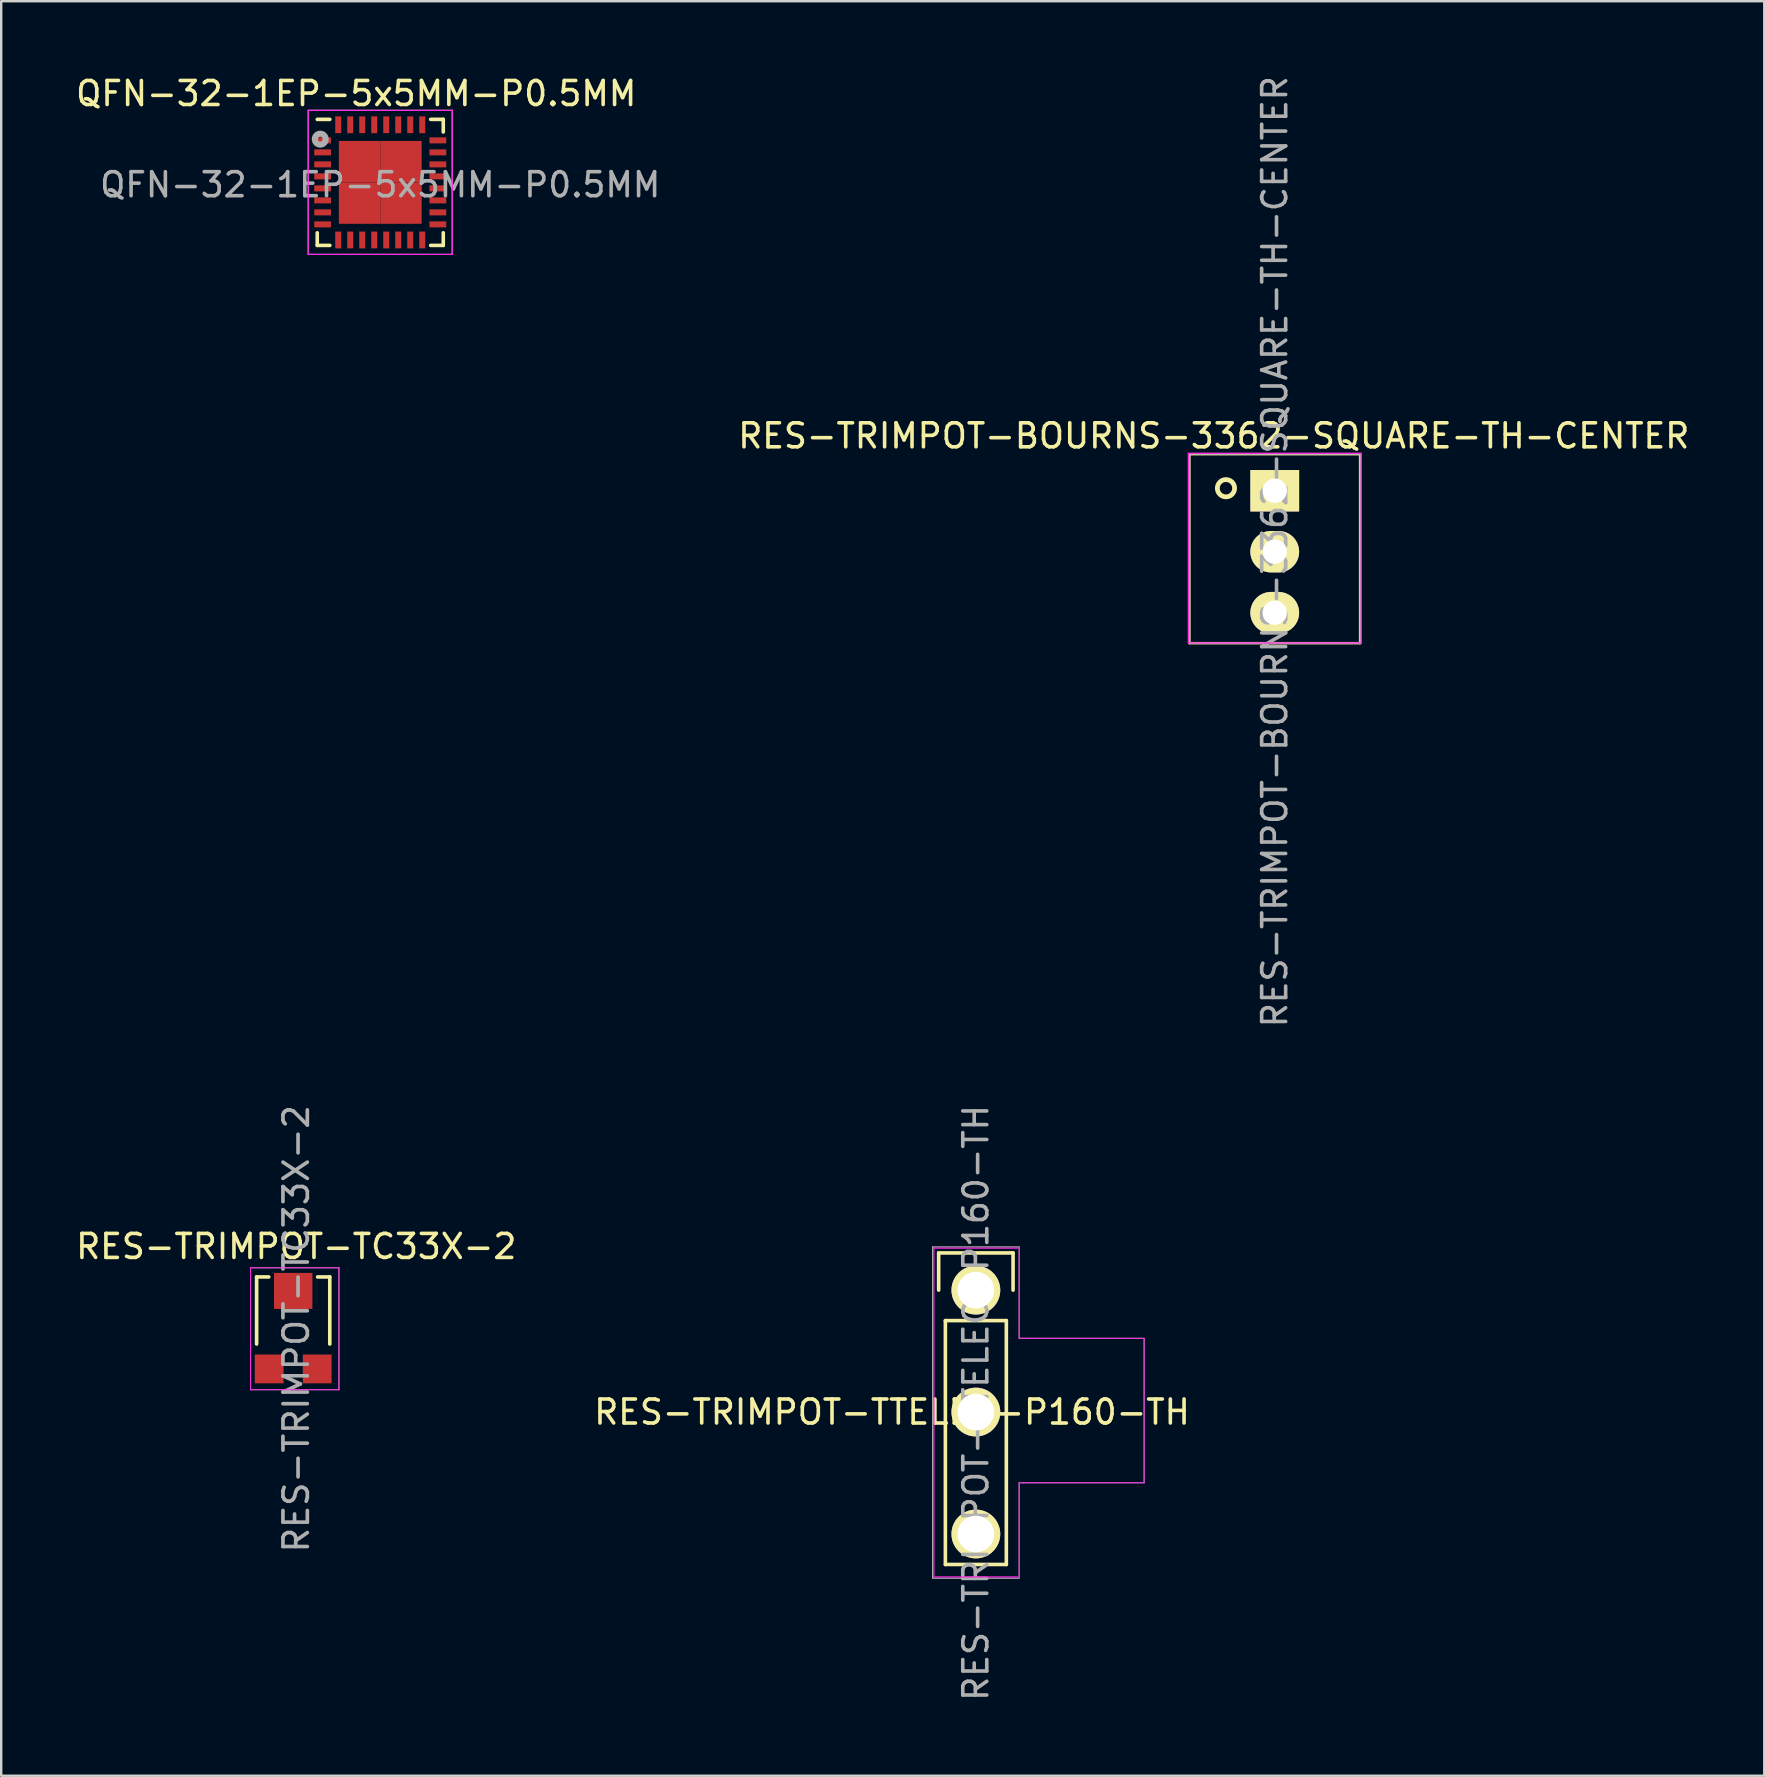
<source format=kicad_pcb>
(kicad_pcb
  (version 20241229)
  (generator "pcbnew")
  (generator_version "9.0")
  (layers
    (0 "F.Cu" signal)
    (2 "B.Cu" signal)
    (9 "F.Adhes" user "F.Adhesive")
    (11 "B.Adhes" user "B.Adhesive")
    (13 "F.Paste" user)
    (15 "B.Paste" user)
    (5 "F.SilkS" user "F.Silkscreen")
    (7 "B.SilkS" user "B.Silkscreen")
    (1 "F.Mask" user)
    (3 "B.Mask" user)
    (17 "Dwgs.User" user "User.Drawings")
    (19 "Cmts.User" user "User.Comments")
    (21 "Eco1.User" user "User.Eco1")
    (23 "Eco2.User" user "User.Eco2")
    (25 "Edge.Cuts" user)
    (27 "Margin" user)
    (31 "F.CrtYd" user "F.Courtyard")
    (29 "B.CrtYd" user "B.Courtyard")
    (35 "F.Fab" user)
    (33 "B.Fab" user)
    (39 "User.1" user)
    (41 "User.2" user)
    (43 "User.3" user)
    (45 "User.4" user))
  (footprint "RES-TRIMPOT-BOURNS-3362-SQUARE-TH-CENTER"
    (layer "F.Cu")
    (at 50.058 19.935)
    (property "Reference" "RES-TRIMPOT-BOURNS-3362-SQUARE-TH-CENTER" (at 0 0 90) (layer "F.Fab") (effects (font (size 1 1) (thickness 0.15))))
    (attr through_hole)
    (fp_line (start -3.556 -4.064) (end -3.556 3.81) (stroke (width 0.102) (type solid)) (layer "F.SilkS"))
    (fp_line (start -3.556 3.81) (end 3.556 3.81) (stroke (width 0.102) (type solid)) (layer "F.SilkS"))
    (fp_line (start 3.556 -4.064) (end -3.556 -4.064) (stroke (width 0.102) (type solid)) (layer "F.SilkS"))
    (fp_line (start 3.556 -3.81) (end 3.556 -4.064) (stroke (width 0.102) (type solid)) (layer "F.SilkS"))
    (fp_line (start 3.556 3.81) (end 3.556 -3.81) (stroke (width 0.102) (type solid)) (layer "F.SilkS"))
    (fp_circle (center -2.032 -2.645) (end -1.778 -2.391) (stroke (width 0.2) (type solid)) (fill no) (layer "F.SilkS"))
    (fp_line (start -3.6 -4.1) (end -3.6 3.8) (stroke (width 0.051) (type solid)) (layer "F.CrtYd"))
    (fp_line (start -3.6 3.8) (end 3.6 3.8) (stroke (width 0.051) (type solid)) (layer "F.CrtYd"))
    (fp_line (start 3.5 -4.1) (end -3.6 -4.1) (stroke (width 0.051) (type solid)) (layer "F.CrtYd"))
    (fp_line (start 3.6 -4.1) (end 3.5 -4.1) (stroke (width 0.051) (type solid)) (layer "F.CrtYd"))
    (fp_line (start 3.6 3.8) (end 3.6 -4.1) (stroke (width 0.051) (type solid)) (layer "F.CrtYd"))
    (fp_line (start -3.556 -4.064) (end -3.556 3.81) (stroke (width 0.05) (type solid)) (layer "F.Fab"))
    (fp_line (start -3.556 3.81) (end 3.556 3.81) (stroke (width 0.05) (type solid)) (layer "F.Fab"))
    (fp_line (start 3.556 -4.064) (end -3.556 -4.064) (stroke (width 0.05) (type solid)) (layer "F.Fab"))
    (fp_line (start 3.556 3.81) (end 3.556 -4.064) (stroke (width 0.05) (type solid)) (layer "F.Fab"))
    (fp_circle (center 0 -2.54) (end 0.254 -2.286) (stroke (width 0.2) (type solid)) (fill no) (layer "F.Fab"))
    (fp_text user "${REFERENCE}" (at -2.54 -4.826 0) (layer "F.SilkS") (effects (font (size 1 1) (thickness 0.15))))
    (pad "1" thru_hole rect (at 0 -2.54) (size 2.032 1.727) (drill 1.016) (layers "*.Cu" "*.Mask" "F.SilkS"))
    (pad "2" thru_hole oval (at 0 0) (size 2.032 1.727) (drill 1.016) (layers "*.Cu" "*.Mask" "F.SilkS"))
    (pad "3" thru_hole oval (at 0 2.54) (size 2.032 1.727) (drill 1.016) (layers "*.Cu" "*.Mask" "F.SilkS")))
  (footprint "RES-TRIMPOT-TC33X-2"
    (layer "F.Cu")
    (at 9.165 52.182)
    (property "Reference" "RES-TRIMPOT-TC33X-2" (at 0.127 0.127 90) (layer "F.Fab") (effects (font (size 1.016 1.016) (thickness 0.152))))
    (attr through_hole)
    (fp_line (start -1.524 -2.032) (end -1.524 0.762) (stroke (width 0.15) (type solid)) (layer "F.SilkS"))
    (fp_line (start -1.016 -2.032) (end -1.524 -2.032) (stroke (width 0.15) (type solid)) (layer "F.SilkS"))
    (fp_line (start 1.016 -2.032) (end 1.524 -2.032) (stroke (width 0.15) (type solid)) (layer "F.SilkS"))
    (fp_line (start 1.524 -2.032) (end 1.524 0.762) (stroke (width 0.15) (type solid)) (layer "F.SilkS"))
    (fp_line (start -1.778 -2.413) (end -1.778 2.667) (stroke (width 0.041) (type solid)) (layer "F.CrtYd"))
    (fp_line (start -1.778 2.667) (end 1.778 2.667) (stroke (width 0.041) (type solid)) (layer "F.CrtYd"))
    (fp_line (start 1.778 2.667) (end 1.905 2.667) (stroke (width 0.041) (type solid)) (layer "F.CrtYd"))
    (fp_line (start 1.905 -2.413) (end -1.778 -2.413) (stroke (width 0.041) (type solid)) (layer "F.CrtYd"))
    (fp_line (start 1.905 2.667) (end 1.905 -2.413) (stroke (width 0.041) (type solid)) (layer "F.CrtYd"))
    (fp_line (start -1.778 -2.413) (end -1.778 2.667) (stroke (width 0.041) (type solid)) (layer "F.Fab"))
    (fp_line (start -1.778 2.667) (end 1.905 2.667) (stroke (width 0.041) (type solid)) (layer "F.Fab"))
    (fp_line (start 1.905 -2.413) (end -1.778 -2.413) (stroke (width 0.041) (type solid)) (layer "F.Fab"))
    (fp_line (start 1.905 2.667) (end 1.905 -2.413) (stroke (width 0.041) (type solid)) (layer "F.Fab"))
    (fp_text user "${REFERENCE}" (at 0.127 -3.302 0) (layer "F.SilkS") (effects (font (size 1 1) (thickness 0.15))))
    (pad "1" smd rect (at -1 1.8) (size 1.2 1.2) (layers "F.Cu" "F.Mask" "F.Paste"))
    (pad "2" smd rect (at 0 -1.45) (size 1.6 1.5) (layers "F.Cu" "F.Mask" "F.Paste"))
    (pad "3" smd rect (at 1 1.8) (size 1.2 1.2) (layers "F.Cu" "F.Mask" "F.Paste")))
  (footprint "RES-TRIMPOT-TTELEC-P160-TH"
    (layer "F.Cu")
    (at 37.606 50.699)
    (property "Reference" "RES-TRIMPOT-TTELEC-P160-TH" (at 0 4.7 90) (layer "F.Fab") (effects (font (size 1 1) (thickness 0.15))))
    (attr through_hole)
    (fp_line (start -1.55 -1.55) (end 1.55 -1.55) (stroke (width 0.15) (type solid)) (layer "F.SilkS"))
    (fp_line (start -1.55 0) (end -1.55 -1.55) (stroke (width 0.15) (type solid)) (layer "F.SilkS"))
    (fp_line (start -1.27 11.43) (end -1.27 1.27) (stroke (width 0.15) (type solid)) (layer "F.SilkS"))
    (fp_line (start 1.27 1.27) (end -1.27 1.27) (stroke (width 0.15) (type solid)) (layer "F.SilkS"))
    (fp_line (start 1.27 1.27) (end 1.27 11.43) (stroke (width 0.15) (type solid)) (layer "F.SilkS"))
    (fp_line (start 1.27 11.43) (end -1.27 11.43) (stroke (width 0.15) (type solid)) (layer "F.SilkS"))
    (fp_line (start 1.55 -1.55) (end 1.55 0) (stroke (width 0.15) (type solid)) (layer "F.SilkS"))
    (fp_line (start -1.75 -1.75) (end -1.75 11.95) (stroke (width 0.05) (type solid)) (layer "F.CrtYd"))
    (fp_line (start -1.75 -1.75) (end 1.75 -1.75) (stroke (width 0.05) (type solid)) (layer "F.CrtYd"))
    (fp_line (start -1.75 11.95) (end 1.75 11.95) (stroke (width 0.05) (type solid)) (layer "F.CrtYd"))
    (fp_line (start 1.803 -1.803) (end 1.803 2.007) (stroke (width 0.041) (type solid)) (layer "F.CrtYd"))
    (fp_line (start 1.803 2.007) (end 2.007 2.007) (stroke (width 0.041) (type solid)) (layer "F.CrtYd"))
    (fp_line (start 1.803 8.026) (end 2.007 8.026) (stroke (width 0.041) (type solid)) (layer "F.CrtYd"))
    (fp_line (start 1.803 11.989) (end 1.803 8.026) (stroke (width 0.041) (type solid)) (layer "F.CrtYd"))
    (fp_line (start 1.981 8.026) (end 7.01 8.026) (stroke (width 0.041) (type solid)) (layer "F.CrtYd"))
    (fp_line (start 7.01 2.007) (end 2.007 2.007) (stroke (width 0.041) (type solid)) (layer "F.CrtYd"))
    (fp_line (start 7.01 5.055) (end 7.01 2.007) (stroke (width 0.041) (type solid)) (layer "F.CrtYd"))
    (fp_line (start 7.01 8.026) (end 7.01 5.055) (stroke (width 0.041) (type solid)) (layer "F.CrtYd"))
    (fp_line (start -1.8 -1.8) (end -1.8 12) (stroke (width 0.051) (type solid)) (layer "F.Fab"))
    (fp_line (start -1.8 12) (end 1.8 12) (stroke (width 0.051) (type solid)) (layer "F.Fab"))
    (fp_line (start 1.8 -1.8) (end -1.8 -1.8) (stroke (width 0.051) (type solid)) (layer "F.Fab"))
    (fp_line (start 1.803 -1.803) (end 1.803 2.007) (stroke (width 0.041) (type solid)) (layer "F.Fab"))
    (fp_line (start 1.803 2.007) (end 2.007 2.007) (stroke (width 0.041) (type solid)) (layer "F.Fab"))
    (fp_line (start 1.803 8.026) (end 2.007 8.026) (stroke (width 0.041) (type solid)) (layer "F.Fab"))
    (fp_line (start 1.803 11.989) (end 1.803 8.026) (stroke (width 0.041) (type solid)) (layer "F.Fab"))
    (fp_line (start 1.981 8.026) (end 7.01 8.026) (stroke (width 0.041) (type solid)) (layer "F.Fab"))
    (fp_line (start 7.01 2.007) (end 2.007 2.007) (stroke (width 0.041) (type solid)) (layer "F.Fab"))
    (fp_line (start 7.01 5.055) (end 7.01 2.007) (stroke (width 0.041) (type solid)) (layer "F.Fab"))
    (fp_line (start 7.01 8.026) (end 7.01 5.055) (stroke (width 0.041) (type solid)) (layer "F.Fab"))
    (fp_circle (center 0 0) (end 0.1 0.2) (stroke (width 0.254) (type solid)) (fill no) (layer "F.Fab"))
    (fp_text user "${REFERENCE}" (at -3.493 5.08 180) (layer "F.SilkS") (effects (font (size 1 1) (thickness 0.15))))
    (pad "1" thru_hole circle (at 0 0) (size 2.032 2.032) (drill 1.524) (layers "*.Cu" "*.Mask" "F.SilkS"))
    (pad "2" thru_hole circle (at 0 5.08) (size 2.032 2.032) (drill 1.524) (layers "*.Cu" "*.Mask" "F.SilkS"))
    (pad "3" thru_hole circle (at 0 10.16) (size 2.032 2.032) (drill 1.524) (layers "*.Cu" "*.Mask" "F.SilkS")))
  (footprint "QFN-32-1EP-5x5MM-P0.5MM"
    (layer "F.Cu")
    (at 12.792 4.548)
    (property "Reference" "QFN-32-1EP-5x5MM-P0.5MM" (at 0 0.1 0) (layer "F.Fab") (effects (font (size 1 1) (thickness 0.15))))
    (attr smd)
    (fp_line (start -2.625 -2.625) (end -2.1 -2.625) (stroke (width 0.15) (type solid)) (layer "F.SilkS"))
    (fp_line (start -2.625 2.625) (end -2.625 2.1) (stroke (width 0.15) (type solid)) (layer "F.SilkS"))
    (fp_line (start -2.625 2.625) (end -2.1 2.625) (stroke (width 0.15) (type solid)) (layer "F.SilkS"))
    (fp_line (start 2.625 -2.625) (end 2.1 -2.625) (stroke (width 0.15) (type solid)) (layer "F.SilkS"))
    (fp_line (start 2.625 -2.625) (end 2.625 -2.1) (stroke (width 0.15) (type solid)) (layer "F.SilkS"))
    (fp_line (start 2.625 2.625) (end 2.1 2.625) (stroke (width 0.15) (type solid)) (layer "F.SilkS"))
    (fp_line (start 2.625 2.625) (end 2.625 2.1) (stroke (width 0.15) (type solid)) (layer "F.SilkS"))
    (fp_line (start -3 -3) (end -3 3) (stroke (width 0.05) (type solid)) (layer "F.CrtYd"))
    (fp_line (start -3 -3) (end 3 -3) (stroke (width 0.05) (type solid)) (layer "F.CrtYd"))
    (fp_line (start -3 3) (end 3 3) (stroke (width 0.05) (type solid)) (layer "F.CrtYd"))
    (fp_line (start 3 -3) (end 3 3) (stroke (width 0.05) (type solid)) (layer "F.CrtYd"))
    (fp_line (start -3 -3) (end 3 -3) (stroke (width 0.051) (type solid)) (layer "F.Fab"))
    (fp_line (start -3 3) (end -3 -3) (stroke (width 0.051) (type solid)) (layer "F.Fab"))
    (fp_line (start 3 -3) (end 3 3) (stroke (width 0.051) (type solid)) (layer "F.Fab"))
    (fp_line (start 3 3) (end -3 3) (stroke (width 0.051) (type solid)) (layer "F.Fab"))
    (fp_circle (center -2.5 -1.8) (end -2.4 -1.8) (stroke (width 0.254) (type solid)) (fill no) (layer "F.Fab"))
    (fp_text user "${REFERENCE}" (at -1 -3.7 0) (layer "F.SilkS") (effects (font (size 1 1) (thickness 0.15))))
    (pad "1" smd rect (at -2.4 -1.75) (size 0.7 0.25) (layers "F.Cu" "F.Mask" "F.Paste"))
    (pad "2" smd rect (at -2.4 -1.25) (size 0.7 0.25) (layers "F.Cu" "F.Mask" "F.Paste"))
    (pad "3" smd rect (at -2.4 -0.75) (size 0.7 0.25) (layers "F.Cu" "F.Mask" "F.Paste"))
    (pad "4" smd rect (at -2.4 -0.25) (size 0.7 0.25) (layers "F.Cu" "F.Mask" "F.Paste"))
    (pad "5" smd rect (at -2.4 0.25) (size 0.7 0.25) (layers "F.Cu" "F.Mask" "F.Paste"))
    (pad "6" smd rect (at -2.4 0.75) (size 0.7 0.25) (layers "F.Cu" "F.Mask" "F.Paste"))
    (pad "7" smd rect (at -2.4 1.25) (size 0.7 0.25) (layers "F.Cu" "F.Mask" "F.Paste"))
    (pad "8" smd rect (at -2.4 1.75) (size 0.7 0.25) (layers "F.Cu" "F.Mask" "F.Paste"))
    (pad "9" smd rect (at -1.75 2.4 90) (size 0.7 0.25) (layers "F.Cu" "F.Mask" "F.Paste"))
    (pad "10" smd rect (at -1.25 2.4 90) (size 0.7 0.25) (layers "F.Cu" "F.Mask" "F.Paste"))
    (pad "11" smd rect (at -0.75 2.4 90) (size 0.7 0.25) (layers "F.Cu" "F.Mask" "F.Paste"))
    (pad "12" smd rect (at -0.25 2.4 90) (size 0.7 0.25) (layers "F.Cu" "F.Mask" "F.Paste"))
    (pad "13" smd rect (at 0.25 2.4 90) (size 0.7 0.25) (layers "F.Cu" "F.Mask" "F.Paste"))
    (pad "14" smd rect (at 0.75 2.4 90) (size 0.7 0.25) (layers "F.Cu" "F.Mask" "F.Paste"))
    (pad "15" smd rect (at 1.25 2.4 90) (size 0.7 0.25) (layers "F.Cu" "F.Mask" "F.Paste"))
    (pad "16" smd rect (at 1.75 2.4 90) (size 0.7 0.25) (layers "F.Cu" "F.Mask" "F.Paste"))
    (pad "17" smd rect (at 2.4 1.75) (size 0.7 0.25) (layers "F.Cu" "F.Mask" "F.Paste"))
    (pad "18" smd rect (at 2.4 1.25) (size 0.7 0.25) (layers "F.Cu" "F.Mask" "F.Paste"))
    (pad "19" smd rect (at 2.4 0.75) (size 0.7 0.25) (layers "F.Cu" "F.Mask" "F.Paste"))
    (pad "20" smd rect (at 2.4 0.25) (size 0.7 0.25) (layers "F.Cu" "F.Mask" "F.Paste"))
    (pad "21" smd rect (at 2.4 -0.25) (size 0.7 0.25) (layers "F.Cu" "F.Mask" "F.Paste"))
    (pad "22" smd rect (at 2.4 -0.75) (size 0.7 0.25) (layers "F.Cu" "F.Mask" "F.Paste"))
    (pad "23" smd rect (at 2.4 -1.25) (size 0.7 0.25) (layers "F.Cu" "F.Mask" "F.Paste"))
    (pad "24" smd rect (at 2.4 -1.75) (size 0.7 0.25) (layers "F.Cu" "F.Mask" "F.Paste"))
    (pad "25" smd rect (at 1.75 -2.4 90) (size 0.7 0.25) (layers "F.Cu" "F.Mask" "F.Paste"))
    (pad "26" smd rect (at 1.25 -2.4 90) (size 0.7 0.25) (layers "F.Cu" "F.Mask" "F.Paste"))
    (pad "27" smd rect (at 0.75 -2.4 90) (size 0.7 0.25) (layers "F.Cu" "F.Mask" "F.Paste"))
    (pad "28" smd rect (at 0.25 -2.4 90) (size 0.7 0.25) (layers "F.Cu" "F.Mask" "F.Paste"))
    (pad "29" smd rect (at -0.25 -2.4 90) (size 0.7 0.25) (layers "F.Cu" "F.Mask" "F.Paste"))
    (pad "30" smd rect (at -0.75 -2.4 90) (size 0.7 0.25) (layers "F.Cu" "F.Mask" "F.Paste"))
    (pad "31" smd rect (at -1.25 -2.4 90) (size 0.7 0.25) (layers "F.Cu" "F.Mask" "F.Paste"))
    (pad "32" smd rect (at -1.75 -2.4 90) (size 0.7 0.25) (layers "F.Cu" "F.Mask" "F.Paste"))
    (pad "33" smd rect (at -0.863 -0.863) (size 1.725 1.725) (layers "F.Cu" "F.Mask" "F.Paste"))
    (pad "33" smd rect (at -0.863 0.863) (size 1.725 1.725) (layers "F.Cu" "F.Mask" "F.Paste"))
    (pad "33" smd rect (at 0.863 -0.863) (size 1.725 1.725) (layers "F.Cu" "F.Mask" "F.Paste"))
    (pad "33" smd rect (at 0.863 0.863) (size 1.725 1.725) (layers "F.Cu" "F.Mask" "F.Paste")))
  (gr_rect
    (start -3 -3)
    (end 70.452 70.929)
    (stroke (width 0.1) (type default))
    (fill no)
    (layer "Edge.Cuts")))
</source>
